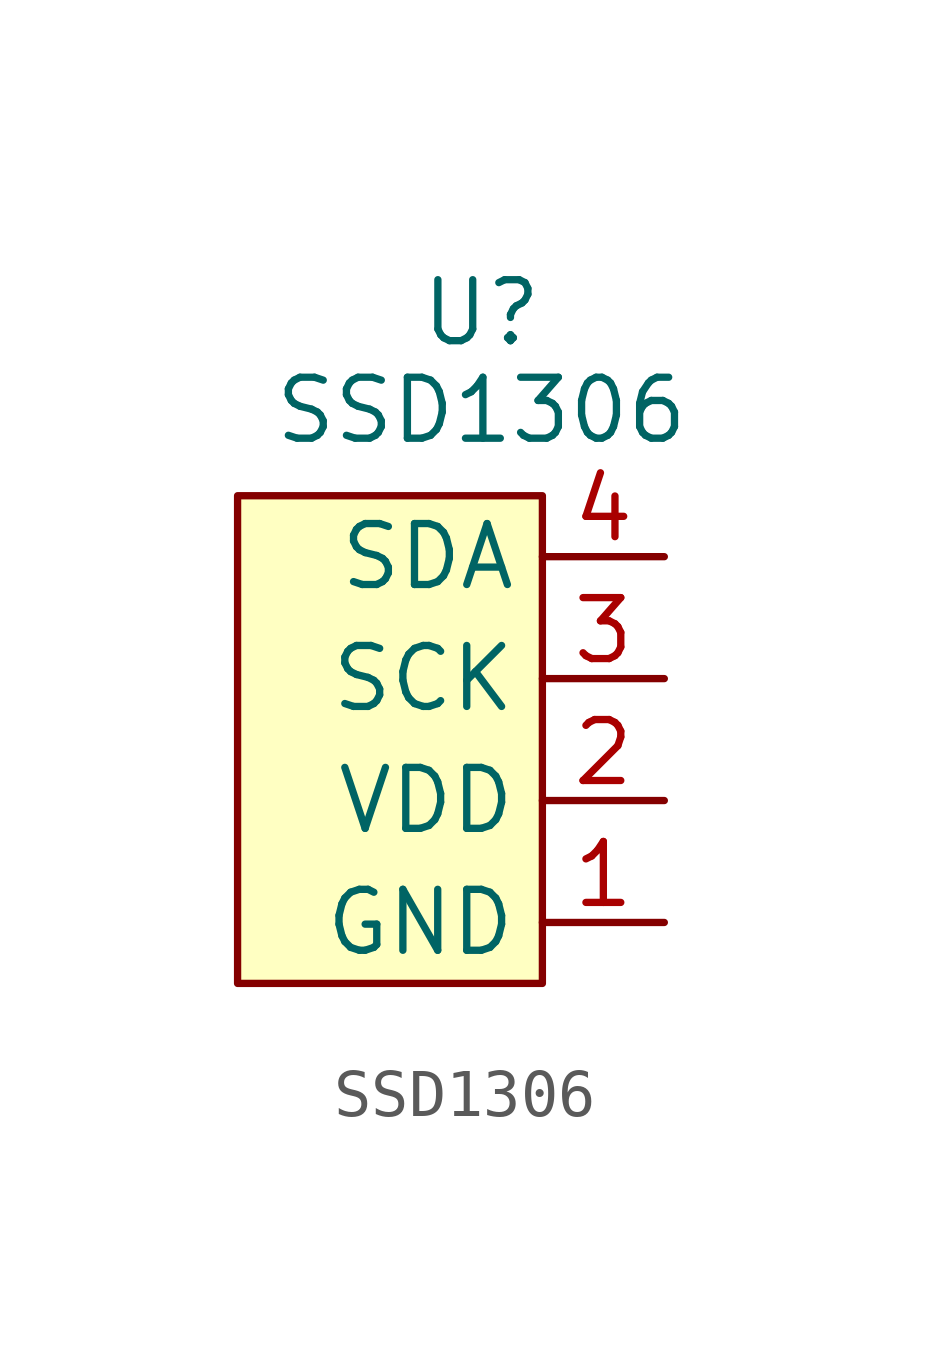
<source format=kicad_sym>
(kicad_symbol_lib
  (version 20241209)
  (generator "kicad_symbol_editor")
  (generator_version "9.0")
  (symbol "SSD1306"
    (property "Reference" "U"
      (at 0 8.89 0)
      (effects (font (size 1.27 1.27))))
    (property "Value" "SSD1306"
      (at 0 6.858 0)
      (effects (font (size 1.27 1.27))))
    (symbol "SSD1306_1_1"
      (rectangle (start -5.08 5.08) (end 1.27 -5.08) (stroke (width 0) (type solid)) (fill (type background)))
      (pin input line (at 3.81 3.81 180) (length 2.54) (name "SDA" (effects (font (size 1.27 1.27)))) (number "4" (effects (font (size 1.27 1.27)))))
      (pin input line (at 3.81 1.27 180) (length 2.54) (name "SCK" (effects (font (size 1.27 1.27)))) (number "3" (effects (font (size 1.27 1.27)))))
      (pin input line (at 3.81 -1.27 180) (length 2.54) (name "VDD" (effects (font (size 1.27 1.27)))) (number "2" (effects (font (size 1.27 1.27)))))
      (pin input line (at 3.81 -3.81 180) (length 2.54) (name "GND" (effects (font (size 1.27 1.27)))) (number "1" (effects (font (size 1.27 1.27))))))))
</source>
